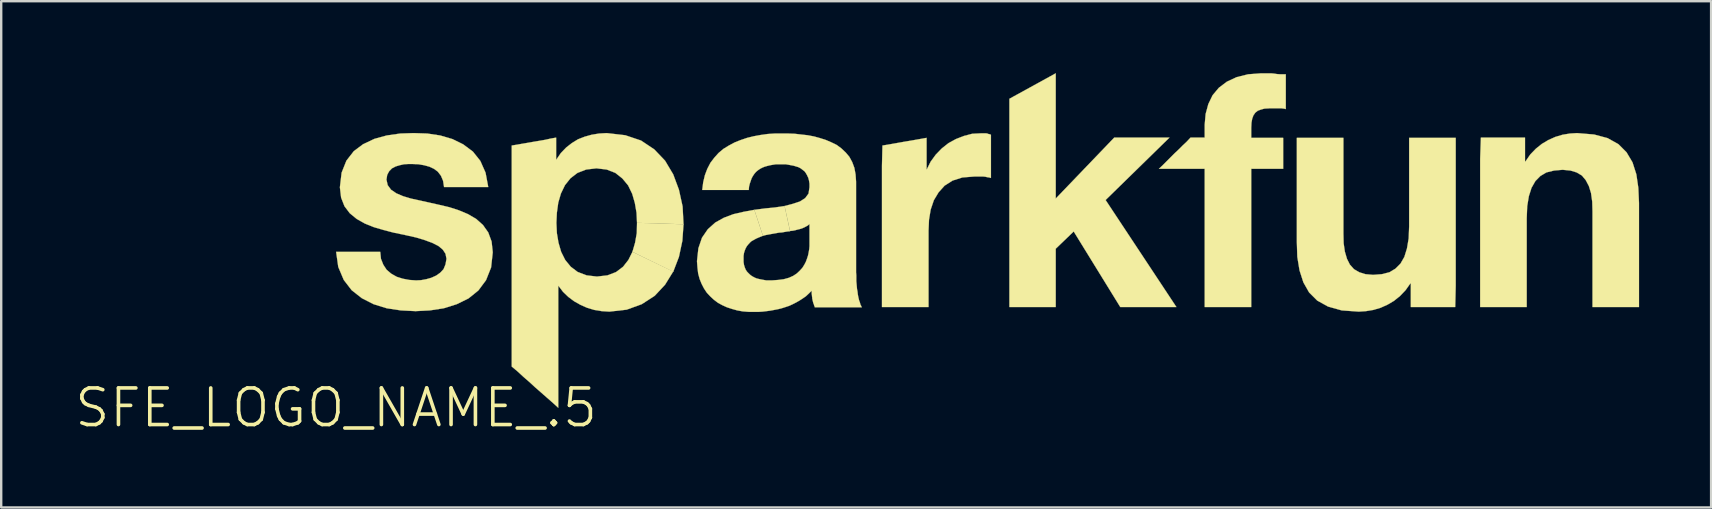
<source format=kicad_pcb>
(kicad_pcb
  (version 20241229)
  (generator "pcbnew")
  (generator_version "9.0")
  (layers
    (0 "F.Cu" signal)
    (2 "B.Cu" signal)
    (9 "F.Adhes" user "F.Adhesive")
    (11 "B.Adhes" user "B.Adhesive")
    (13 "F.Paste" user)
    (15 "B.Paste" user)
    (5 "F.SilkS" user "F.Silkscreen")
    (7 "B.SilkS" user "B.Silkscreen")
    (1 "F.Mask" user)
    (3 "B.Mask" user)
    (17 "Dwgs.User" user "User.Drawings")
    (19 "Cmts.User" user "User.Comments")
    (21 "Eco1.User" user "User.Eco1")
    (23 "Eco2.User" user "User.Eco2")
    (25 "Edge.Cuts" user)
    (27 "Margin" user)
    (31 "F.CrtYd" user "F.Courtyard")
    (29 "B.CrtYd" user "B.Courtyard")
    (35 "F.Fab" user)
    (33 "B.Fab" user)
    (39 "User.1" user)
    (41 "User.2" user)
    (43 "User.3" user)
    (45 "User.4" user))
  (footprint "SFE_LOGO_NAME_.5"
    (layer "F.Cu")
    (at 10.958 13.945)
    (property "Reference" "SFE_LOGO_NAME_.5" (at 0 0 0) (layer "F.SilkS") (effects (font (size 1.524 1.524) (thickness 0.15))))
    (attr exclude_from_pos_files exclude_from_bom)
    (fp_poly (pts (xy 12.349 -6.5) (xy 12.459 -6.878) (xy 12.53 -7.28) (xy 12.54 -7.709) (xy 14.478 -7.648) (xy 14.43 -6.96) (xy 14.287 -6.289) (xy 14.049 -5.669)) (stroke (width 0.01) (type solid)) (fill yes) (layer "F.SilkS"))
    (fp_poly (pts (xy 28.059 -12.878) (xy 29.99 -13.94) (xy 29.99 -8.72) (xy 32.428 -11.26) (xy 34.729 -11.26) (xy 32.068 -8.659) (xy 35.019 -4.199) (xy 32.68 -4.199) (xy 30.739 -7.348) (xy 29.99 -6.629) (xy 29.99 -4.199) (xy 28.059 -4.199)) (stroke (width 0.01) (type solid)) (fill yes) (layer "F.SilkS"))
    (fp_poly (pts (xy 17.429 -8.25) (xy 17.869 -8.308) (xy 18.288 -8.349) (xy 18.689 -8.41) (xy 18.918 -7.358) (xy 18.809 -7.348) (xy 18.689 -7.328) (xy 18.578 -7.308) (xy 18.458 -7.3) (xy 18.349 -7.28) (xy 18.23 -7.259) (xy 18.118 -7.239) (xy 18.009 -7.219) (xy 17.899 -7.198) (xy 17.788 -7.168)) (stroke (width 0.01) (type solid)) (fill yes) (layer "F.SilkS"))
    (fp_poly (pts (xy 22.769 -10.93) (xy 23 -10.968) (xy 23.228 -11.008) (xy 23.459 -11.049) (xy 23.688 -11.09) (xy 23.919 -11.128) (xy 24.148 -11.168) (xy 24.379 -11.209) (xy 24.608 -11.25) (xy 24.608 -9.939) (xy 24.618 -9.939) (xy 24.778 -10.259) (xy 24.989 -10.549) (xy 25.24 -10.808) (xy 25.519 -11.029) (xy 25.829 -11.199) (xy 26.159 -11.328) (xy 26.51 -11.42) (xy 26.868 -11.438) (xy 27.089 -11.438) (xy 27.14 -11.43) (xy 27.188 -11.41) (xy 27.239 -11.4) (xy 27.29 -11.379) (xy 27.29 -9.578) (xy 27.219 -9.599) (xy 27.14 -9.609) (xy 27.059 -9.629) (xy 26.97 -9.639) (xy 26.599 -9.639) (xy 26.099 -9.599) (xy 25.69 -9.469) (xy 25.359 -9.258) (xy 25.108 -8.979) (xy 24.91 -8.649) (xy 24.778 -8.258) (xy 24.709 -7.838) (xy 24.689 -7.379) (xy 24.689 -4.199) (xy 22.748 -4.199) (xy 22.748 -10.089)) (stroke (width 0.01) (type solid)) (fill yes) (layer "F.SilkS"))
    (fp_poly (pts (xy 46.639 -4.199) (xy 44.788 -4.199) (xy 44.788 -5.179) (xy 44.767 -5.179) (xy 44.569 -4.9) (xy 44.338 -4.658) (xy 44.089 -4.458) (xy 43.818 -4.298) (xy 43.528 -4.168) (xy 43.228 -4.079) (xy 42.918 -4.028) (xy 42.619 -4.008) (xy 41.91 -4.059) (xy 41.339 -4.219) (xy 40.889 -4.468) (xy 40.549 -4.808) (xy 40.31 -5.23) (xy 40.15 -5.728) (xy 40.058 -6.289) (xy 40.038 -6.919) (xy 40.038 -11.25) (xy 41.979 -11.25) (xy 41.979 -7.269) (xy 41.989 -6.858) (xy 42.04 -6.507) (xy 42.128 -6.208) (xy 42.248 -5.969) (xy 42.418 -5.779) (xy 42.639 -5.649) (xy 42.898 -5.568) (xy 43.218 -5.54) (xy 43.579 -5.568) (xy 43.899 -5.649) (xy 44.148 -5.799) (xy 44.359 -6.01) (xy 44.519 -6.289) (xy 44.628 -6.64) (xy 44.699 -7.059) (xy 44.719 -7.559) (xy 44.719 -11.25) (xy 46.66 -11.25) (xy 46.66 -5.08)) (stroke (width 0.01) (type solid)) (fill yes) (layer "F.SilkS"))
    (fp_poly (pts (xy 47.709 -11.26) (xy 49.548 -11.26) (xy 49.548 -10.269) (xy 49.568 -10.269) (xy 49.769 -10.559) (xy 50 -10.798) (xy 50.249 -10.998) (xy 50.518 -11.158) (xy 50.808 -11.288) (xy 51.11 -11.379) (xy 51.42 -11.43) (xy 51.719 -11.448) (xy 52.428 -11.389) (xy 52.989 -11.239) (xy 53.439 -10.988) (xy 53.779 -10.648) (xy 54.028 -10.229) (xy 54.188 -9.728) (xy 54.27 -9.169) (xy 54.298 -8.539) (xy 54.298 -4.199) (xy 52.36 -4.199) (xy 52.36 -8.189) (xy 52.349 -8.588) (xy 52.299 -8.948) (xy 52.21 -9.238) (xy 52.078 -9.489) (xy 51.918 -9.68) (xy 51.699 -9.809) (xy 51.438 -9.888) (xy 51.117 -9.919) (xy 50.759 -9.888) (xy 50.439 -9.809) (xy 50.188 -9.66) (xy 49.98 -9.449) (xy 49.82 -9.169) (xy 49.708 -8.819) (xy 49.639 -8.4) (xy 49.619 -7.899) (xy 49.619 -4.199) (xy 47.678 -4.199) (xy 47.678 -10.368)) (stroke (width 0.01) (type solid)) (fill yes) (layer "F.SilkS"))
    (fp_poly (pts (xy 36.198 -9.959) (xy 34.29 -9.959) (xy 34.458 -10.119) (xy 34.618 -10.279) (xy 34.788 -10.45) (xy 34.948 -10.61) (xy 35.118 -10.77) (xy 35.278 -10.93) (xy 35.448 -11.09) (xy 35.608 -11.26) (xy 36.198 -11.26) (xy 36.198 -11.798) (xy 36.238 -12.248) (xy 36.35 -12.659) (xy 36.528 -13.028) (xy 36.789 -13.338) (xy 37.12 -13.589) (xy 37.529 -13.78) (xy 38.009 -13.899) (xy 38.56 -13.94) (xy 38.948 -13.94) (xy 39.078 -13.929) (xy 39.21 -13.909) (xy 39.34 -13.899) (xy 39.578 -13.899) (xy 39.578 -12.449) (xy 39.5 -12.469) (xy 39.408 -12.479) (xy 38.88 -12.479) (xy 38.689 -12.469) (xy 38.539 -12.428) (xy 38.41 -12.38) (xy 38.308 -12.299) (xy 38.23 -12.189) (xy 38.179 -12.05) (xy 38.148 -11.88) (xy 38.138 -11.669) (xy 38.138 -11.25) (xy 39.469 -11.25) (xy 39.469 -9.959) (xy 38.138 -9.959) (xy 38.138 -4.199) (xy 36.198 -4.199) (xy 36.198 -9.238)) (stroke (width 0.01) (type solid)) (fill yes) (layer "F.SilkS"))
    (fp_poly (pts (xy 14.049 -5.679) (xy 13.708 -5.128) (xy 13.279 -4.669) (xy 12.738 -4.318) (xy 12.108 -4.089) (xy 11.389 -4.008) (xy 11.069 -4.028) (xy 10.759 -4.079) (xy 10.46 -4.168) (xy 10.188 -4.288) (xy 9.919 -4.44) (xy 9.68 -4.618) (xy 9.459 -4.829) (xy 9.268 -5.08) (xy 9.258 -5.08) (xy 9.258 0) (xy 9.02 -0.218) (xy 8.778 -0.429) (xy 8.529 -0.648) (xy 8.288 -0.859) (xy 8.049 -1.079) (xy 7.808 -1.288) (xy 7.569 -1.509) (xy 7.318 -1.72) (xy 7.318 -10.93) (xy 7.549 -10.968) (xy 7.777 -11.008) (xy 8.019 -11.049) (xy 8.25 -11.09) (xy 8.479 -11.128) (xy 8.71 -11.168) (xy 8.938 -11.219) (xy 9.169 -11.26) (xy 9.169 -10.348) (xy 9.18 -10.348) (xy 9.368 -10.62) (xy 9.588 -10.848) (xy 9.82 -11.029) (xy 10.079 -11.189) (xy 10.358 -11.298) (xy 10.648 -11.379) (xy 10.958 -11.43) (xy 11.278 -11.448) (xy 12.05 -11.359) (xy 12.708 -11.138) (xy 13.259 -10.77) (xy 13.708 -10.3) (xy 14.049 -9.728) (xy 14.287 -9.088) (xy 14.44 -8.39) (xy 14.478 -7.648) (xy 12.54 -7.709) (xy 12.52 -8.128) (xy 12.449 -8.539) (xy 12.339 -8.918) (xy 12.169 -9.268) (xy 11.928 -9.558) (xy 11.638 -9.789) (xy 11.278 -9.929) (xy 10.848 -9.98) (xy 10.419 -9.929) (xy 10.058 -9.789) (xy 9.769 -9.568) (xy 9.538 -9.279) (xy 9.368 -8.928) (xy 9.258 -8.55) (xy 9.2 -8.128) (xy 9.18 -7.709) (xy 9.2 -7.28) (xy 9.268 -6.878) (xy 9.378 -6.5) (xy 9.548 -6.16) (xy 9.779 -5.878) (xy 10.069 -5.659) (xy 10.439 -5.519) (xy 10.869 -5.469) (xy 11.308 -5.519) (xy 11.669 -5.659) (xy 11.958 -5.878) (xy 12.179 -6.16) (xy 12.349 -6.5)) (stroke (width 0.01) (type solid)) (fill yes) (layer "F.SilkS"))
    (fp_poly (pts (xy 1.839 -6.5) (xy 1.869 -6.208) (xy 1.968 -5.959) (xy 2.108 -5.748) (xy 2.299 -5.588) (xy 2.53 -5.458) (xy 2.779 -5.38) (xy 3.048 -5.329) (xy 3.33 -5.309) (xy 3.538 -5.319) (xy 3.759 -5.359) (xy 3.967 -5.418) (xy 4.168 -5.509) (xy 4.338 -5.629) (xy 4.478 -5.779) (xy 4.559 -5.979) (xy 4.6 -6.208) (xy 4.559 -6.419) (xy 4.448 -6.589) (xy 4.27 -6.739) (xy 4.018 -6.868) (xy 3.698 -6.988) (xy 3.33 -7.099) (xy 2.888 -7.198) (xy 2.398 -7.3) (xy 1.979 -7.409) (xy 1.57 -7.529) (xy 1.199 -7.678) (xy 0.859 -7.869) (xy 0.569 -8.108) (xy 0.348 -8.4) (xy 0.208 -8.758) (xy 0.157 -9.19) (xy 0.229 -9.799) (xy 0.429 -10.3) (xy 0.739 -10.698) (xy 1.128 -10.988) (xy 1.598 -11.209) (xy 2.108 -11.349) (xy 2.67 -11.43) (xy 3.228 -11.448) (xy 3.8 -11.43) (xy 4.338 -11.349) (xy 4.849 -11.199) (xy 5.298 -10.978) (xy 5.7 -10.678) (xy 6.01 -10.29) (xy 6.228 -9.799) (xy 6.34 -9.2) (xy 4.498 -9.2) (xy 4.458 -9.459) (xy 4.369 -9.67) (xy 4.239 -9.84) (xy 4.079 -9.959) (xy 3.889 -10.048) (xy 3.668 -10.109) (xy 3.429 -10.15) (xy 3.178 -10.16) (xy 3.01 -10.16) (xy 2.83 -10.15) (xy 2.649 -10.109) (xy 2.479 -10.058) (xy 2.329 -9.98) (xy 2.21 -9.858) (xy 2.129 -9.708) (xy 2.098 -9.51) (xy 2.149 -9.279) (xy 2.289 -9.088) (xy 2.51 -8.938) (xy 2.789 -8.819) (xy 3.119 -8.72) (xy 3.49 -8.639) (xy 3.889 -8.55) (xy 4.298 -8.458) (xy 4.719 -8.359) (xy 5.118 -8.23) (xy 5.499 -8.07) (xy 5.839 -7.869) (xy 6.119 -7.62) (xy 6.34 -7.308) (xy 6.48 -6.929) (xy 6.528 -6.48) (xy 6.459 -5.85) (xy 6.248 -5.319) (xy 5.928 -4.889) (xy 5.519 -4.559) (xy 5.029 -4.318) (xy 4.488 -4.148) (xy 3.909 -4.059) (xy 3.31 -4.028) (xy 2.697 -4.059) (xy 2.108 -4.148) (xy 1.56 -4.318) (xy 1.069 -4.569) (xy 0.648 -4.9) (xy 0.318 -5.329) (xy 0.089 -5.87) (xy 0 -6.5) (xy 1.608 -6.5)) (stroke (width 0.01) (type solid)) (fill yes) (layer "F.SilkS"))
    (fp_poly (pts (xy 17.788 -7.168) (xy 17.689 -7.13) (xy 17.59 -7.089) (xy 17.498 -7.048) (xy 17.409 -6.998) (xy 17.318 -6.949) (xy 17.249 -6.888) (xy 17.178 -6.81) (xy 17.12 -6.739) (xy 17.069 -6.65) (xy 17.028 -6.548) (xy 16.998 -6.449) (xy 16.98 -6.33) (xy 16.98 -6.078) (xy 16.998 -5.959) (xy 17.028 -5.86) (xy 17.069 -5.758) (xy 17.12 -5.679) (xy 17.188 -5.608) (xy 17.259 -5.54) (xy 17.328 -5.489) (xy 17.419 -5.438) (xy 17.508 -5.397) (xy 17.61 -5.37) (xy 17.709 -5.349) (xy 17.818 -5.329) (xy 17.93 -5.309) (xy 18.158 -5.309) (xy 18.428 -5.329) (xy 18.659 -5.359) (xy 18.87 -5.418) (xy 19.05 -5.499) (xy 19.2 -5.598) (xy 19.319 -5.71) (xy 19.428 -5.829) (xy 19.51 -5.959) (xy 19.578 -6.088) (xy 19.629 -6.228) (xy 19.67 -6.358) (xy 19.698 -6.5) (xy 19.718 -6.619) (xy 19.728 -6.739) (xy 19.728 -7.658) (xy 19.66 -7.6) (xy 19.588 -7.559) (xy 19.51 -7.518) (xy 19.418 -7.478) (xy 19.329 -7.45) (xy 19.238 -7.429) (xy 19.129 -7.399) (xy 19.03 -7.379) (xy 18.918 -7.369) (xy 18.689 -8.41) (xy 19.03 -8.499) (xy 19.329 -8.598) (xy 19.548 -8.738) (xy 19.688 -8.928) (xy 19.728 -9.19) (xy 19.728 -9.34) (xy 19.708 -9.469) (xy 19.68 -9.578) (xy 19.629 -9.688) (xy 19.578 -9.779) (xy 19.52 -9.858) (xy 19.439 -9.919) (xy 19.36 -9.98) (xy 19.268 -10.028) (xy 19.169 -10.058) (xy 19.068 -10.089) (xy 18.959 -10.109) (xy 18.849 -10.13) (xy 18.73 -10.15) (xy 18.339 -10.15) (xy 18.209 -10.13) (xy 18.09 -10.109) (xy 17.968 -10.079) (xy 17.859 -10.048) (xy 17.76 -10.008) (xy 17.668 -9.959) (xy 17.579 -9.898) (xy 17.498 -9.83) (xy 17.429 -9.749) (xy 17.369 -9.66) (xy 17.318 -9.568) (xy 17.28 -9.459) (xy 17.239 -9.34) (xy 17.209 -9.218) (xy 17.198 -9.078) (xy 15.258 -9.078) (xy 15.298 -9.398) (xy 15.37 -9.698) (xy 15.469 -9.959) (xy 15.598 -10.208) (xy 15.758 -10.419) (xy 15.938 -10.62) (xy 16.139 -10.79) (xy 16.368 -10.93) (xy 16.609 -11.059) (xy 16.858 -11.158) (xy 17.13 -11.25) (xy 17.409 -11.318) (xy 17.689 -11.369) (xy 17.978 -11.41) (xy 18.278 -11.43) (xy 18.839 -11.43) (xy 19.108 -11.42) (xy 19.378 -11.389) (xy 19.649 -11.359) (xy 19.919 -11.308) (xy 20.168 -11.239) (xy 20.419 -11.158) (xy 20.648 -11.059) (xy 20.869 -10.95) (xy 21.059 -10.808) (xy 21.239 -10.638) (xy 21.389 -10.46) (xy 21.509 -10.239) (xy 21.598 -10) (xy 21.648 -9.728) (xy 21.669 -9.428) (xy 21.669 -5.639) (xy 21.679 -5.519) (xy 21.679 -5.278) (xy 21.689 -5.169) (xy 21.699 -5.06) (xy 21.709 -4.948) (xy 21.73 -4.839) (xy 21.74 -4.74) (xy 21.758 -4.638) (xy 21.778 -4.549) (xy 21.798 -4.468) (xy 21.829 -4.389) (xy 21.849 -4.308) (xy 21.88 -4.249) (xy 21.907 -4.188) (xy 19.949 -4.188) (xy 19.939 -4.229) (xy 19.919 -4.27) (xy 19.909 -4.318) (xy 19.888 -4.359) (xy 19.878 -4.399) (xy 19.868 -4.44) (xy 19.858 -4.478) (xy 19.848 -4.529) (xy 19.84 -4.569) (xy 19.84 -4.608) (xy 19.83 -4.658) (xy 19.83 -4.699) (xy 19.82 -4.74) (xy 19.82 -4.879) (xy 19.698 -4.76) (xy 19.578 -4.648) (xy 19.449 -4.559) (xy 19.309 -4.468) (xy 19.169 -4.389) (xy 19.03 -4.318) (xy 18.88 -4.249) (xy 18.73 -4.199) (xy 18.57 -4.148) (xy 18.418 -4.11) (xy 18.258 -4.079) (xy 18.098 -4.049) (xy 17.937 -4.028) (xy 17.77 -4.008) (xy 17.61 -3.998) (xy 17.198 -3.998) (xy 16.949 -4.018) (xy 16.718 -4.059) (xy 16.5 -4.12) (xy 16.289 -4.188) (xy 16.088 -4.28) (xy 15.908 -4.379) (xy 15.738 -4.508) (xy 15.588 -4.648) (xy 15.448 -4.798) (xy 15.329 -4.978) (xy 15.23 -5.169) (xy 15.149 -5.37) (xy 15.088 -5.598) (xy 15.06 -5.839) (xy 15.039 -6.109) (xy 15.098 -6.65) (xy 15.248 -7.089) (xy 15.489 -7.44) (xy 15.799 -7.719) (xy 16.159 -7.92) (xy 16.558 -8.07) (xy 16.988 -8.169) (xy 17.429 -8.25)) (stroke (width 0.01) (type solid)) (fill yes) (layer "F.SilkS")))
  (gr_rect
    (start -3 -3)
    (end 68.261 18.099)
    (stroke (width 0.1) (type default))
    (fill no)
    (layer "Edge.Cuts")))
</source>
